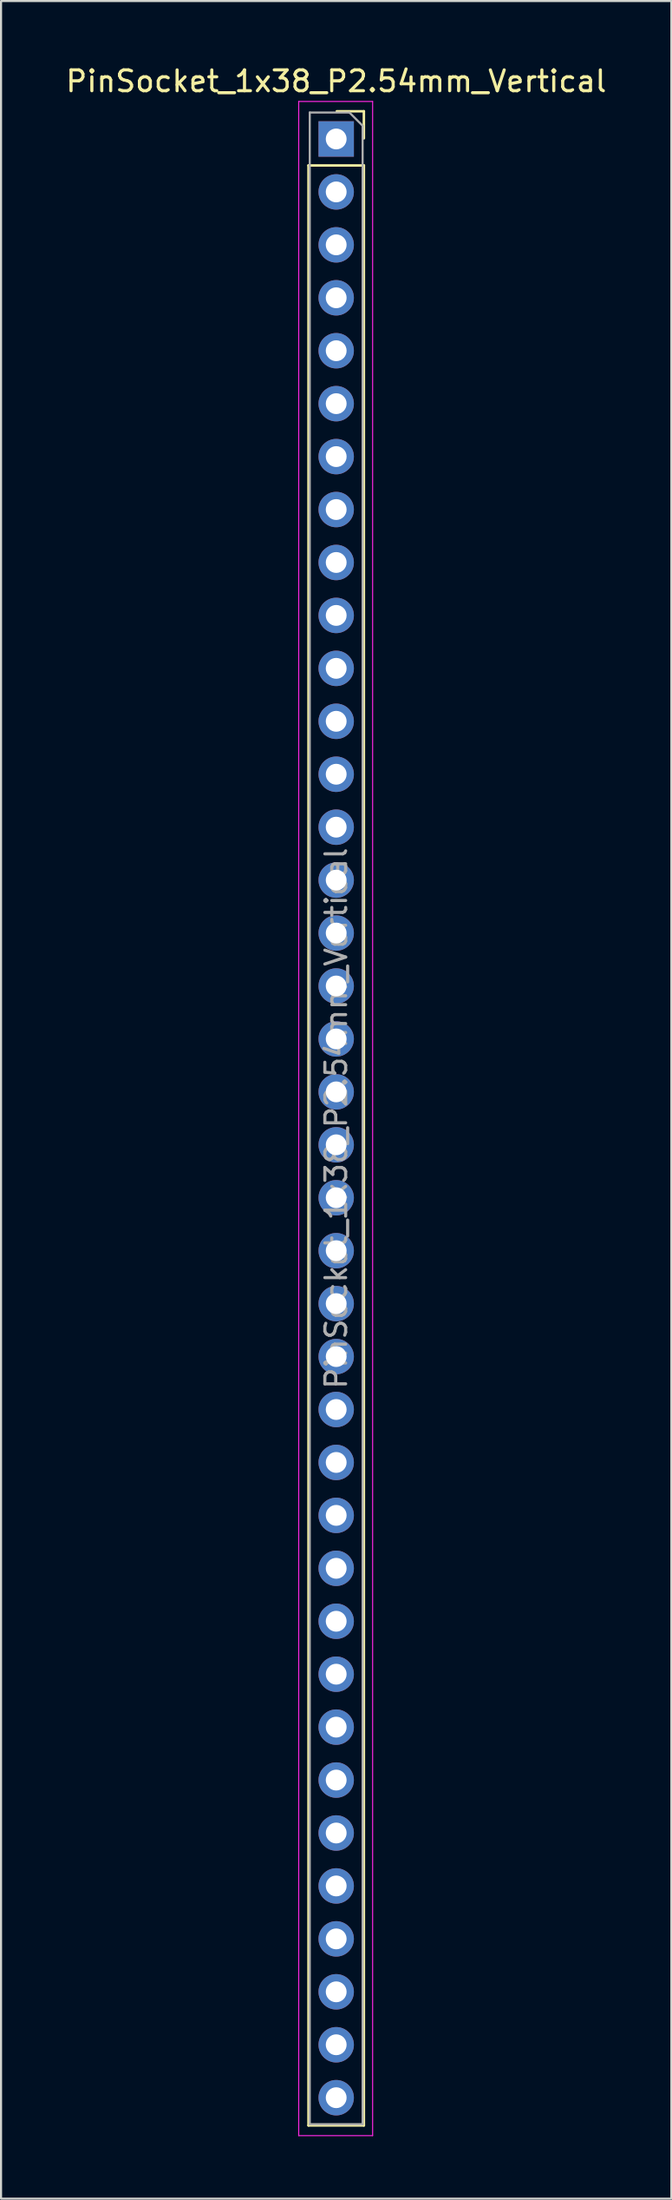
<source format=kicad_pcb>
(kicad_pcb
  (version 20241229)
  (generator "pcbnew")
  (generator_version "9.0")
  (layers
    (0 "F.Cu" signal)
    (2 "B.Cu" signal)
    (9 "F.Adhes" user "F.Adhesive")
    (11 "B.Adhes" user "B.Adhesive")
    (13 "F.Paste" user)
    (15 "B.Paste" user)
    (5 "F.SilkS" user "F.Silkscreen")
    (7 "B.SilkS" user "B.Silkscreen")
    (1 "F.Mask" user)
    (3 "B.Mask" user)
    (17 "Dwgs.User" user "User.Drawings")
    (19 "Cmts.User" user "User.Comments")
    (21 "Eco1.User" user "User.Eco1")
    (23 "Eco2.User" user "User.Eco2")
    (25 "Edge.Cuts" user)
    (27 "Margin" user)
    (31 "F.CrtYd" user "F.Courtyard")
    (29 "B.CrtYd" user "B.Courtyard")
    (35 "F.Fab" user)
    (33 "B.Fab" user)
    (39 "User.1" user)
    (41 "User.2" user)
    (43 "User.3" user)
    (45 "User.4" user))
  (footprint "PinSocket_1x38_P2.54mm_Vertical"
    (layer "F.Cu")
    (at 13.101 3.618)
    (property "Reference" "PinSocket_1x38_P2.54mm_Vertical" (at 0 -2.77 0) (layer "F.SilkS") (effects (font (size 1 1) (thickness 0.15))))
    (attr through_hole)
    (fp_line (start -1.33 1.27) (end -1.33 95.31) (stroke (width 0.12) (type solid)) (layer "F.SilkS"))
    (fp_line (start -1.33 95.31) (end 1.33 95.31) (stroke (width 0.12) (type solid)) (layer "F.SilkS"))
    (fp_line (start 1.33 -1.33) (end 0.03 -1.33) (stroke (width 0.12) (type solid)) (layer "F.SilkS"))
    (fp_line (start 1.33 -0.03) (end 1.33 -1.33) (stroke (width 0.12) (type solid)) (layer "F.SilkS"))
    (fp_line (start 1.33 1.27) (end -1.33 1.27) (stroke (width 0.12) (type solid)) (layer "F.SilkS"))
    (fp_line (start 1.33 95.31) (end 1.33 1.27) (stroke (width 0.12) (type solid)) (layer "F.SilkS"))
    (fp_line (start -1.8 -1.8) (end 1.75 -1.8) (stroke (width 0.05) (type solid)) (layer "F.CrtYd"))
    (fp_line (start -1.8 95.8) (end -1.8 -1.8) (stroke (width 0.05) (type solid)) (layer "F.CrtYd"))
    (fp_line (start 1.75 -1.8) (end 1.75 95.8) (stroke (width 0.05) (type solid)) (layer "F.CrtYd"))
    (fp_line (start 1.75 95.8) (end -1.8 95.8) (stroke (width 0.05) (type solid)) (layer "F.CrtYd"))
    (fp_line (start -1.27 -1.27) (end 0.635 -1.27) (stroke (width 0.1) (type solid)) (layer "F.Fab"))
    (fp_line (start -1.27 95.25) (end -1.27 -1.27) (stroke (width 0.1) (type solid)) (layer "F.Fab"))
    (fp_line (start 0.635 -1.27) (end 1.27 -0.635) (stroke (width 0.1) (type solid)) (layer "F.Fab"))
    (fp_line (start 1.27 -0.635) (end 1.27 95.25) (stroke (width 0.1) (type solid)) (layer "F.Fab"))
    (fp_line (start 1.27 95.25) (end -1.27 95.25) (stroke (width 0.1) (type solid)) (layer "F.Fab"))
    (fp_text user "${REFERENCE}" (at 0 46.99 90) (layer "F.Fab") (effects (font (size 1 1) (thickness 0.15))))
    (pad "1" thru_hole rect (at 0 0) (size 1.7 1.7) (drill 1) (layers "*.Cu" "*.Mask"))
    (pad "2" thru_hole oval (at 0 2.54) (size 1.7 1.7) (drill 1) (layers "*.Cu" "*.Mask"))
    (pad "3" thru_hole oval (at 0 5.08) (size 1.7 1.7) (drill 1) (layers "*.Cu" "*.Mask"))
    (pad "4" thru_hole oval (at 0 7.62) (size 1.7 1.7) (drill 1) (layers "*.Cu" "*.Mask"))
    (pad "5" thru_hole oval (at 0 10.16) (size 1.7 1.7) (drill 1) (layers "*.Cu" "*.Mask"))
    (pad "6" thru_hole oval (at 0 12.7) (size 1.7 1.7) (drill 1) (layers "*.Cu" "*.Mask"))
    (pad "7" thru_hole oval (at 0 15.24) (size 1.7 1.7) (drill 1) (layers "*.Cu" "*.Mask"))
    (pad "8" thru_hole oval (at 0 17.78) (size 1.7 1.7) (drill 1) (layers "*.Cu" "*.Mask"))
    (pad "9" thru_hole oval (at 0 20.32) (size 1.7 1.7) (drill 1) (layers "*.Cu" "*.Mask"))
    (pad "10" thru_hole oval (at 0 22.86) (size 1.7 1.7) (drill 1) (layers "*.Cu" "*.Mask"))
    (pad "11" thru_hole oval (at 0 25.4) (size 1.7 1.7) (drill 1) (layers "*.Cu" "*.Mask"))
    (pad "12" thru_hole oval (at 0 27.94) (size 1.7 1.7) (drill 1) (layers "*.Cu" "*.Mask"))
    (pad "13" thru_hole oval (at 0 30.48) (size 1.7 1.7) (drill 1) (layers "*.Cu" "*.Mask"))
    (pad "14" thru_hole oval (at 0 33.02) (size 1.7 1.7) (drill 1) (layers "*.Cu" "*.Mask"))
    (pad "15" thru_hole oval (at 0 35.56) (size 1.7 1.7) (drill 1) (layers "*.Cu" "*.Mask"))
    (pad "16" thru_hole oval (at 0 38.1) (size 1.7 1.7) (drill 1) (layers "*.Cu" "*.Mask"))
    (pad "17" thru_hole oval (at 0 40.64) (size 1.7 1.7) (drill 1) (layers "*.Cu" "*.Mask"))
    (pad "18" thru_hole oval (at 0 43.18) (size 1.7 1.7) (drill 1) (layers "*.Cu" "*.Mask"))
    (pad "19" thru_hole oval (at 0 45.72) (size 1.7 1.7) (drill 1) (layers "*.Cu" "*.Mask"))
    (pad "20" thru_hole oval (at 0 48.26) (size 1.7 1.7) (drill 1) (layers "*.Cu" "*.Mask"))
    (pad "21" thru_hole oval (at 0 50.8) (size 1.7 1.7) (drill 1) (layers "*.Cu" "*.Mask"))
    (pad "22" thru_hole oval (at 0 53.34) (size 1.7 1.7) (drill 1) (layers "*.Cu" "*.Mask"))
    (pad "23" thru_hole oval (at 0 55.88) (size 1.7 1.7) (drill 1) (layers "*.Cu" "*.Mask"))
    (pad "24" thru_hole oval (at 0 58.42) (size 1.7 1.7) (drill 1) (layers "*.Cu" "*.Mask"))
    (pad "25" thru_hole oval (at 0 60.96) (size 1.7 1.7) (drill 1) (layers "*.Cu" "*.Mask"))
    (pad "26" thru_hole oval (at 0 63.5) (size 1.7 1.7) (drill 1) (layers "*.Cu" "*.Mask"))
    (pad "27" thru_hole oval (at 0 66.04) (size 1.7 1.7) (drill 1) (layers "*.Cu" "*.Mask"))
    (pad "28" thru_hole oval (at 0 68.58) (size 1.7 1.7) (drill 1) (layers "*.Cu" "*.Mask"))
    (pad "29" thru_hole oval (at 0 71.12) (size 1.7 1.7) (drill 1) (layers "*.Cu" "*.Mask"))
    (pad "30" thru_hole oval (at 0 73.66) (size 1.7 1.7) (drill 1) (layers "*.Cu" "*.Mask"))
    (pad "31" thru_hole oval (at 0 76.2) (size 1.7 1.7) (drill 1) (layers "*.Cu" "*.Mask"))
    (pad "32" thru_hole oval (at 0 78.74) (size 1.7 1.7) (drill 1) (layers "*.Cu" "*.Mask"))
    (pad "33" thru_hole oval (at 0 81.28) (size 1.7 1.7) (drill 1) (layers "*.Cu" "*.Mask"))
    (pad "34" thru_hole oval (at 0 83.82) (size 1.7 1.7) (drill 1) (layers "*.Cu" "*.Mask"))
    (pad "35" thru_hole oval (at 0 86.36) (size 1.7 1.7) (drill 1) (layers "*.Cu" "*.Mask"))
    (pad "36" thru_hole oval (at 0 88.9) (size 1.7 1.7) (drill 1) (layers "*.Cu" "*.Mask"))
    (pad "37" thru_hole oval (at 0 91.44) (size 1.7 1.7) (drill 1) (layers "*.Cu" "*.Mask"))
    (pad "38" thru_hole oval (at 0 93.98) (size 1.7 1.7) (drill 1) (layers "*.Cu" "*.Mask")))
  (gr_rect
    (start -3 -3)
    (end 29.202 102.443)
    (stroke (width 0.1) (type default))
    (fill no)
    (layer "Edge.Cuts")))
</source>
